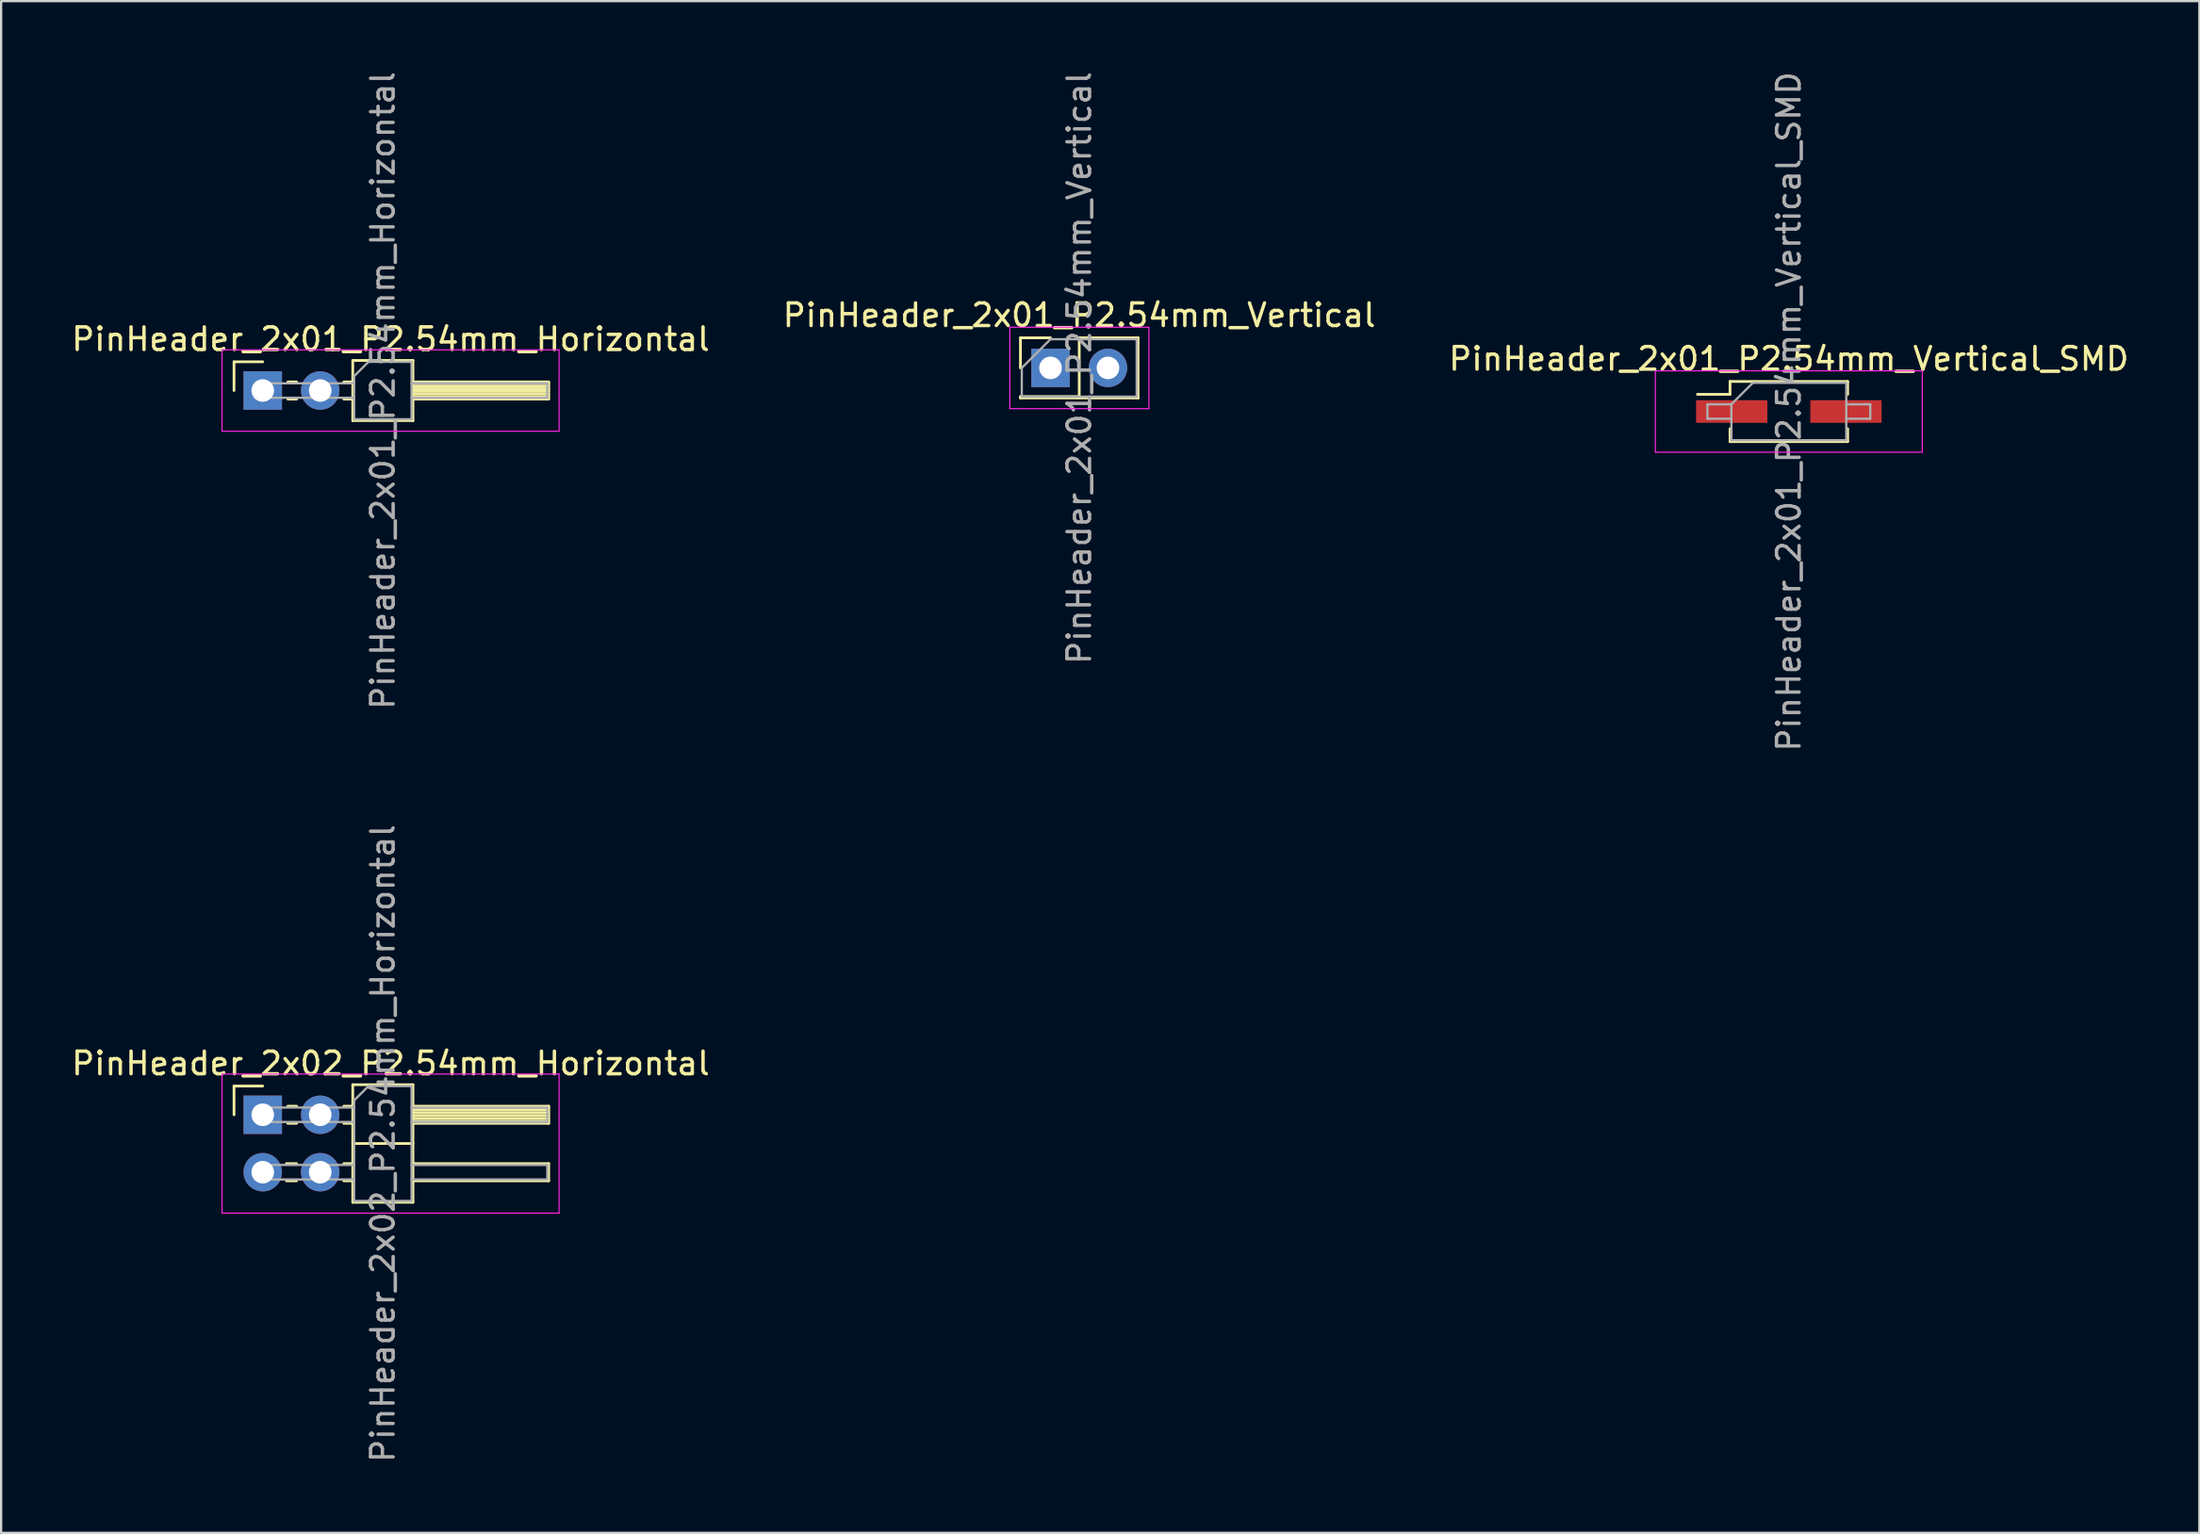
<source format=kicad_pcb>
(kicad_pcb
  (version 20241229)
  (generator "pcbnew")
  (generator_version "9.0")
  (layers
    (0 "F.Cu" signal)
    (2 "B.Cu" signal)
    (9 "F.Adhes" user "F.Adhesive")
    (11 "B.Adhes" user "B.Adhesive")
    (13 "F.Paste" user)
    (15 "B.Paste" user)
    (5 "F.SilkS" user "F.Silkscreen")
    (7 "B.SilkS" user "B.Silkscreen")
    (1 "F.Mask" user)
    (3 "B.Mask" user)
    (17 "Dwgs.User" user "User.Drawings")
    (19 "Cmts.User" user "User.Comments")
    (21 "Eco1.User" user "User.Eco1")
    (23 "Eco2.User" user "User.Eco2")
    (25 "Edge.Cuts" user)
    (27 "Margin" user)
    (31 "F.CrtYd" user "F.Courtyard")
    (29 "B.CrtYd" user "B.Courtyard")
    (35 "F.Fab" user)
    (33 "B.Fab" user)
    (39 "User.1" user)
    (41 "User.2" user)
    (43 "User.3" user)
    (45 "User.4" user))
  (footprint "PinHeader_2x01_P2.54mm_Vertical"
    (layer "F.Cu")
    (at 43.391 13.22)
    (property "Reference" "PinHeader_2x01_P2.54mm_Vertical" (at 1.27 -2.33 0) (layer "F.SilkS") (effects (font (size 1 1) (thickness 0.15))))
    (attr through_hole)
    (fp_line (start -1.33 -1.33) (end 0 -1.33) (stroke (width 0.12) (type solid)) (layer "F.SilkS"))
    (fp_line (start -1.33 0) (end -1.33 -1.33) (stroke (width 0.12) (type solid)) (layer "F.SilkS"))
    (fp_line (start -1.33 1.27) (end -1.33 1.33) (stroke (width 0.12) (type solid)) (layer "F.SilkS"))
    (fp_line (start -1.33 1.27) (end 1.27 1.27) (stroke (width 0.12) (type solid)) (layer "F.SilkS"))
    (fp_line (start -1.33 1.33) (end 3.87 1.33) (stroke (width 0.12) (type solid)) (layer "F.SilkS"))
    (fp_line (start 1.27 -1.33) (end 3.87 -1.33) (stroke (width 0.12) (type solid)) (layer "F.SilkS"))
    (fp_line (start 1.27 1.27) (end 1.27 -1.33) (stroke (width 0.12) (type solid)) (layer "F.SilkS"))
    (fp_line (start 3.87 -1.33) (end 3.87 1.33) (stroke (width 0.12) (type solid)) (layer "F.SilkS"))
    (fp_line (start -1.8 -1.8) (end -1.8 1.8) (stroke (width 0.05) (type solid)) (layer "F.CrtYd"))
    (fp_line (start -1.8 1.8) (end 4.35 1.8) (stroke (width 0.05) (type solid)) (layer "F.CrtYd"))
    (fp_line (start 4.35 -1.8) (end -1.8 -1.8) (stroke (width 0.05) (type solid)) (layer "F.CrtYd"))
    (fp_line (start 4.35 1.8) (end 4.35 -1.8) (stroke (width 0.05) (type solid)) (layer "F.CrtYd"))
    (fp_line (start -1.27 0) (end 0 -1.27) (stroke (width 0.1) (type solid)) (layer "F.Fab"))
    (fp_line (start -1.27 1.27) (end -1.27 0) (stroke (width 0.1) (type solid)) (layer "F.Fab"))
    (fp_line (start 0 -1.27) (end 3.81 -1.27) (stroke (width 0.1) (type solid)) (layer "F.Fab"))
    (fp_line (start 3.81 -1.27) (end 3.81 1.27) (stroke (width 0.1) (type solid)) (layer "F.Fab"))
    (fp_line (start 3.81 1.27) (end -1.27 1.27) (stroke (width 0.1) (type solid)) (layer "F.Fab"))
    (fp_text user "${REFERENCE}" (at 1.27 0 90) (layer "F.Fab") (effects (font (size 1 1) (thickness 0.15))))
    (pad "1" thru_hole rect (at 0 0) (size 1.7 1.7) (drill 1) (layers "*.Cu" "*.Mask"))
    (pad "2" thru_hole oval (at 2.54 0) (size 1.7 1.7) (drill 1) (layers "*.Cu" "*.Mask")))
  (footprint "PinHeader_2x02_P2.54mm_Horizontal"
    (layer "F.Cu")
    (at 8.565 46.248)
    (property "Reference" "PinHeader_2x02_P2.54mm_Horizontal" (at 5.655 -2.27 0) (layer "F.SilkS") (effects (font (size 1 1) (thickness 0.15))))
    (attr through_hole)
    (fp_line (start -1.27 -1.27) (end 0 -1.27) (stroke (width 0.12) (type solid)) (layer "F.SilkS"))
    (fp_line (start -1.27 0) (end -1.27 -1.27) (stroke (width 0.12) (type solid)) (layer "F.SilkS"))
    (fp_line (start 1.043 2.16) (end 1.497 2.16) (stroke (width 0.12) (type solid)) (layer "F.SilkS"))
    (fp_line (start 1.043 2.92) (end 1.497 2.92) (stroke (width 0.12) (type solid)) (layer "F.SilkS"))
    (fp_line (start 1.11 -0.38) (end 1.497 -0.38) (stroke (width 0.12) (type solid)) (layer "F.SilkS"))
    (fp_line (start 1.11 0.38) (end 1.497 0.38) (stroke (width 0.12) (type solid)) (layer "F.SilkS"))
    (fp_line (start 3.583 -0.38) (end 3.98 -0.38) (stroke (width 0.12) (type solid)) (layer "F.SilkS"))
    (fp_line (start 3.583 0.38) (end 3.98 0.38) (stroke (width 0.12) (type solid)) (layer "F.SilkS"))
    (fp_line (start 3.583 2.16) (end 3.98 2.16) (stroke (width 0.12) (type solid)) (layer "F.SilkS"))
    (fp_line (start 3.583 2.92) (end 3.98 2.92) (stroke (width 0.12) (type solid)) (layer "F.SilkS"))
    (fp_line (start 3.98 -1.33) (end 3.98 3.87) (stroke (width 0.12) (type solid)) (layer "F.SilkS"))
    (fp_line (start 3.98 1.27) (end 6.64 1.27) (stroke (width 0.12) (type solid)) (layer "F.SilkS"))
    (fp_line (start 3.98 3.87) (end 6.64 3.87) (stroke (width 0.12) (type solid)) (layer "F.SilkS"))
    (fp_line (start 6.64 -1.33) (end 3.98 -1.33) (stroke (width 0.12) (type solid)) (layer "F.SilkS"))
    (fp_line (start 6.64 -0.38) (end 12.64 -0.38) (stroke (width 0.12) (type solid)) (layer "F.SilkS"))
    (fp_line (start 6.64 -0.32) (end 12.64 -0.32) (stroke (width 0.12) (type solid)) (layer "F.SilkS"))
    (fp_line (start 6.64 -0.2) (end 12.64 -0.2) (stroke (width 0.12) (type solid)) (layer "F.SilkS"))
    (fp_line (start 6.64 -0.08) (end 12.64 -0.08) (stroke (width 0.12) (type solid)) (layer "F.SilkS"))
    (fp_line (start 6.64 0.04) (end 12.64 0.04) (stroke (width 0.12) (type solid)) (layer "F.SilkS"))
    (fp_line (start 6.64 0.16) (end 12.64 0.16) (stroke (width 0.12) (type solid)) (layer "F.SilkS"))
    (fp_line (start 6.64 0.28) (end 12.64 0.28) (stroke (width 0.12) (type solid)) (layer "F.SilkS"))
    (fp_line (start 6.64 2.16) (end 12.64 2.16) (stroke (width 0.12) (type solid)) (layer "F.SilkS"))
    (fp_line (start 6.64 3.87) (end 6.64 -1.33) (stroke (width 0.12) (type solid)) (layer "F.SilkS"))
    (fp_line (start 12.64 -0.38) (end 12.64 0.38) (stroke (width 0.12) (type solid)) (layer "F.SilkS"))
    (fp_line (start 12.64 0.38) (end 6.64 0.38) (stroke (width 0.12) (type solid)) (layer "F.SilkS"))
    (fp_line (start 12.64 2.16) (end 12.64 2.92) (stroke (width 0.12) (type solid)) (layer "F.SilkS"))
    (fp_line (start 12.64 2.92) (end 6.64 2.92) (stroke (width 0.12) (type solid)) (layer "F.SilkS"))
    (fp_line (start -1.8 -1.8) (end -1.8 4.35) (stroke (width 0.05) (type solid)) (layer "F.CrtYd"))
    (fp_line (start -1.8 4.35) (end 13.1 4.35) (stroke (width 0.05) (type solid)) (layer "F.CrtYd"))
    (fp_line (start 13.1 -1.8) (end -1.8 -1.8) (stroke (width 0.05) (type solid)) (layer "F.CrtYd"))
    (fp_line (start 13.1 4.35) (end 13.1 -1.8) (stroke (width 0.05) (type solid)) (layer "F.CrtYd"))
    (fp_line (start -0.32 -0.32) (end -0.32 0.32) (stroke (width 0.1) (type solid)) (layer "F.Fab"))
    (fp_line (start -0.32 -0.32) (end 4.04 -0.32) (stroke (width 0.1) (type solid)) (layer "F.Fab"))
    (fp_line (start -0.32 0.32) (end 4.04 0.32) (stroke (width 0.1) (type solid)) (layer "F.Fab"))
    (fp_line (start -0.32 2.22) (end -0.32 2.86) (stroke (width 0.1) (type solid)) (layer "F.Fab"))
    (fp_line (start -0.32 2.22) (end 4.04 2.22) (stroke (width 0.1) (type solid)) (layer "F.Fab"))
    (fp_line (start -0.32 2.86) (end 4.04 2.86) (stroke (width 0.1) (type solid)) (layer "F.Fab"))
    (fp_line (start 4.04 -0.635) (end 4.675 -1.27) (stroke (width 0.1) (type solid)) (layer "F.Fab"))
    (fp_line (start 4.04 3.81) (end 4.04 -0.635) (stroke (width 0.1) (type solid)) (layer "F.Fab"))
    (fp_line (start 4.675 -1.27) (end 6.58 -1.27) (stroke (width 0.1) (type solid)) (layer "F.Fab"))
    (fp_line (start 6.58 -1.27) (end 6.58 3.81) (stroke (width 0.1) (type solid)) (layer "F.Fab"))
    (fp_line (start 6.58 -0.32) (end 12.58 -0.32) (stroke (width 0.1) (type solid)) (layer "F.Fab"))
    (fp_line (start 6.58 0.32) (end 12.58 0.32) (stroke (width 0.1) (type solid)) (layer "F.Fab"))
    (fp_line (start 6.58 2.22) (end 12.58 2.22) (stroke (width 0.1) (type solid)) (layer "F.Fab"))
    (fp_line (start 6.58 2.86) (end 12.58 2.86) (stroke (width 0.1) (type solid)) (layer "F.Fab"))
    (fp_line (start 6.58 3.81) (end 4.04 3.81) (stroke (width 0.1) (type solid)) (layer "F.Fab"))
    (fp_line (start 12.58 -0.32) (end 12.58 0.32) (stroke (width 0.1) (type solid)) (layer "F.Fab"))
    (fp_line (start 12.58 2.22) (end 12.58 2.86) (stroke (width 0.1) (type solid)) (layer "F.Fab"))
    (fp_text user "${REFERENCE}" (at 5.31 1.27 90) (layer "F.Fab") (effects (font (size 1 1) (thickness 0.15))))
    (pad "1" thru_hole rect (at 0 0) (size 1.7 1.7) (drill 1) (layers "*.Cu" "*.Mask"))
    (pad "2" thru_hole oval (at 2.54 0) (size 1.7 1.7) (drill 1) (layers "*.Cu" "*.Mask"))
    (pad "3" thru_hole oval (at 0 2.54) (size 1.7 1.7) (drill 1) (layers "*.Cu" "*.Mask"))
    (pad "4" thru_hole oval (at 2.54 2.54) (size 1.7 1.7) (drill 1) (layers "*.Cu" "*.Mask")))
  (footprint "PinHeader_2x01_P2.54mm_Horizontal"
    (layer "F.Cu")
    (at 8.565 14.22)
    (property "Reference" "PinHeader_2x01_P2.54mm_Horizontal" (at 5.655 -2.27 0) (layer "F.SilkS") (effects (font (size 1 1) (thickness 0.15))))
    (attr through_hole)
    (fp_line (start -1.27 -1.27) (end 0 -1.27) (stroke (width 0.12) (type solid)) (layer "F.SilkS"))
    (fp_line (start -1.27 0) (end -1.27 -1.27) (stroke (width 0.12) (type solid)) (layer "F.SilkS"))
    (fp_line (start 1.11 -0.38) (end 1.497 -0.38) (stroke (width 0.12) (type solid)) (layer "F.SilkS"))
    (fp_line (start 1.11 0.38) (end 1.497 0.38) (stroke (width 0.12) (type solid)) (layer "F.SilkS"))
    (fp_line (start 3.583 -0.38) (end 3.98 -0.38) (stroke (width 0.12) (type solid)) (layer "F.SilkS"))
    (fp_line (start 3.583 0.38) (end 3.98 0.38) (stroke (width 0.12) (type solid)) (layer "F.SilkS"))
    (fp_line (start 3.98 -1.33) (end 3.98 1.33) (stroke (width 0.12) (type solid)) (layer "F.SilkS"))
    (fp_line (start 3.98 1.33) (end 6.64 1.33) (stroke (width 0.12) (type solid)) (layer "F.SilkS"))
    (fp_line (start 6.64 -1.33) (end 3.98 -1.33) (stroke (width 0.12) (type solid)) (layer "F.SilkS"))
    (fp_line (start 6.64 -0.38) (end 12.64 -0.38) (stroke (width 0.12) (type solid)) (layer "F.SilkS"))
    (fp_line (start 6.64 -0.32) (end 12.64 -0.32) (stroke (width 0.12) (type solid)) (layer "F.SilkS"))
    (fp_line (start 6.64 -0.2) (end 12.64 -0.2) (stroke (width 0.12) (type solid)) (layer "F.SilkS"))
    (fp_line (start 6.64 -0.08) (end 12.64 -0.08) (stroke (width 0.12) (type solid)) (layer "F.SilkS"))
    (fp_line (start 6.64 0.04) (end 12.64 0.04) (stroke (width 0.12) (type solid)) (layer "F.SilkS"))
    (fp_line (start 6.64 0.16) (end 12.64 0.16) (stroke (width 0.12) (type solid)) (layer "F.SilkS"))
    (fp_line (start 6.64 0.28) (end 12.64 0.28) (stroke (width 0.12) (type solid)) (layer "F.SilkS"))
    (fp_line (start 6.64 1.33) (end 6.64 -1.33) (stroke (width 0.12) (type solid)) (layer "F.SilkS"))
    (fp_line (start 12.64 -0.38) (end 12.64 0.38) (stroke (width 0.12) (type solid)) (layer "F.SilkS"))
    (fp_line (start 12.64 0.38) (end 6.64 0.38) (stroke (width 0.12) (type solid)) (layer "F.SilkS"))
    (fp_line (start -1.8 -1.8) (end -1.8 1.8) (stroke (width 0.05) (type solid)) (layer "F.CrtYd"))
    (fp_line (start -1.8 1.8) (end 13.1 1.8) (stroke (width 0.05) (type solid)) (layer "F.CrtYd"))
    (fp_line (start 13.1 -1.8) (end -1.8 -1.8) (stroke (width 0.05) (type solid)) (layer "F.CrtYd"))
    (fp_line (start 13.1 1.8) (end 13.1 -1.8) (stroke (width 0.05) (type solid)) (layer "F.CrtYd"))
    (fp_line (start -0.32 -0.32) (end -0.32 0.32) (stroke (width 0.1) (type solid)) (layer "F.Fab"))
    (fp_line (start -0.32 -0.32) (end 4.04 -0.32) (stroke (width 0.1) (type solid)) (layer "F.Fab"))
    (fp_line (start -0.32 0.32) (end 4.04 0.32) (stroke (width 0.1) (type solid)) (layer "F.Fab"))
    (fp_line (start 4.04 -0.635) (end 4.675 -1.27) (stroke (width 0.1) (type solid)) (layer "F.Fab"))
    (fp_line (start 4.04 1.27) (end 4.04 -0.635) (stroke (width 0.1) (type solid)) (layer "F.Fab"))
    (fp_line (start 4.675 -1.27) (end 6.58 -1.27) (stroke (width 0.1) (type solid)) (layer "F.Fab"))
    (fp_line (start 6.58 -1.27) (end 6.58 1.27) (stroke (width 0.1) (type solid)) (layer "F.Fab"))
    (fp_line (start 6.58 -0.32) (end 12.58 -0.32) (stroke (width 0.1) (type solid)) (layer "F.Fab"))
    (fp_line (start 6.58 0.32) (end 12.58 0.32) (stroke (width 0.1) (type solid)) (layer "F.Fab"))
    (fp_line (start 6.58 1.27) (end 4.04 1.27) (stroke (width 0.1) (type solid)) (layer "F.Fab"))
    (fp_line (start 12.58 -0.32) (end 12.58 0.32) (stroke (width 0.1) (type solid)) (layer "F.Fab"))
    (fp_text user "${REFERENCE}" (at 5.31 0 90) (layer "F.Fab") (effects (font (size 1 1) (thickness 0.15))))
    (pad "1" thru_hole rect (at 0 0) (size 1.7 1.7) (drill 1) (layers "*.Cu" "*.Mask"))
    (pad "2" thru_hole oval (at 2.54 0) (size 1.7 1.7) (drill 1) (layers "*.Cu" "*.Mask")))
  (footprint "PinHeader_2x01_P2.54mm_Vertical_SMD"
    (layer "F.Cu")
    (at 76.03 15.149)
    (property "Reference" "PinHeader_2x01_P2.54mm_Vertical_SMD" (at 0 -2.33 0) (layer "F.SilkS") (effects (font (size 1 1) (thickness 0.15))))
    (attr smd)
    (fp_line (start -4.04 -0.76) (end -2.6 -0.76) (stroke (width 0.12) (type solid)) (layer "F.SilkS"))
    (fp_line (start -2.6 -1.33) (end -2.6 -0.76) (stroke (width 0.12) (type solid)) (layer "F.SilkS"))
    (fp_line (start -2.6 -1.33) (end 2.6 -1.33) (stroke (width 0.12) (type solid)) (layer "F.SilkS"))
    (fp_line (start -2.6 0.76) (end -2.6 1.33) (stroke (width 0.12) (type solid)) (layer "F.SilkS"))
    (fp_line (start -2.6 1.33) (end 2.6 1.33) (stroke (width 0.12) (type solid)) (layer "F.SilkS"))
    (fp_line (start 2.6 -1.33) (end 2.6 -0.76) (stroke (width 0.12) (type solid)) (layer "F.SilkS"))
    (fp_line (start 2.6 0.76) (end 2.6 1.33) (stroke (width 0.12) (type solid)) (layer "F.SilkS"))
    (fp_line (start -5.9 -1.8) (end -5.9 1.8) (stroke (width 0.05) (type solid)) (layer "F.CrtYd"))
    (fp_line (start -5.9 1.8) (end 5.9 1.8) (stroke (width 0.05) (type solid)) (layer "F.CrtYd"))
    (fp_line (start 5.9 -1.8) (end -5.9 -1.8) (stroke (width 0.05) (type solid)) (layer "F.CrtYd"))
    (fp_line (start 5.9 1.8) (end 5.9 -1.8) (stroke (width 0.05) (type solid)) (layer "F.CrtYd"))
    (fp_line (start -3.6 -0.32) (end -3.6 0.32) (stroke (width 0.1) (type solid)) (layer "F.Fab"))
    (fp_line (start -3.6 0.32) (end -2.54 0.32) (stroke (width 0.1) (type solid)) (layer "F.Fab"))
    (fp_line (start -2.54 -0.32) (end -3.6 -0.32) (stroke (width 0.1) (type solid)) (layer "F.Fab"))
    (fp_line (start -2.54 -0.32) (end -1.59 -1.27) (stroke (width 0.1) (type solid)) (layer "F.Fab"))
    (fp_line (start -2.54 1.27) (end -2.54 -0.32) (stroke (width 0.1) (type solid)) (layer "F.Fab"))
    (fp_line (start -1.59 -1.27) (end 2.54 -1.27) (stroke (width 0.1) (type solid)) (layer "F.Fab"))
    (fp_line (start 2.54 -1.27) (end 2.54 1.27) (stroke (width 0.1) (type solid)) (layer "F.Fab"))
    (fp_line (start 2.54 -0.32) (end 3.6 -0.32) (stroke (width 0.1) (type solid)) (layer "F.Fab"))
    (fp_line (start 2.54 1.27) (end -2.54 1.27) (stroke (width 0.1) (type solid)) (layer "F.Fab"))
    (fp_line (start 3.6 -0.32) (end 3.6 0.32) (stroke (width 0.1) (type solid)) (layer "F.Fab"))
    (fp_line (start 3.6 0.32) (end 2.54 0.32) (stroke (width 0.1) (type solid)) (layer "F.Fab"))
    (fp_text user "${REFERENCE}" (at 0 0 90) (layer "F.Fab") (effects (font (size 1 1) (thickness 0.15))))
    (pad "1" smd rect (at -2.525 0) (size 3.15 1) (layers "F.Cu" "F.Mask" "F.Paste"))
    (pad "2" smd rect (at 2.525 0) (size 3.15 1) (layers "F.Cu" "F.Mask" "F.Paste")))
  (gr_rect
    (start -3 -3)
    (end 94.179 64.738)
    (stroke (width 0.1) (type default))
    (fill no)
    (layer "Edge.Cuts")))
</source>
